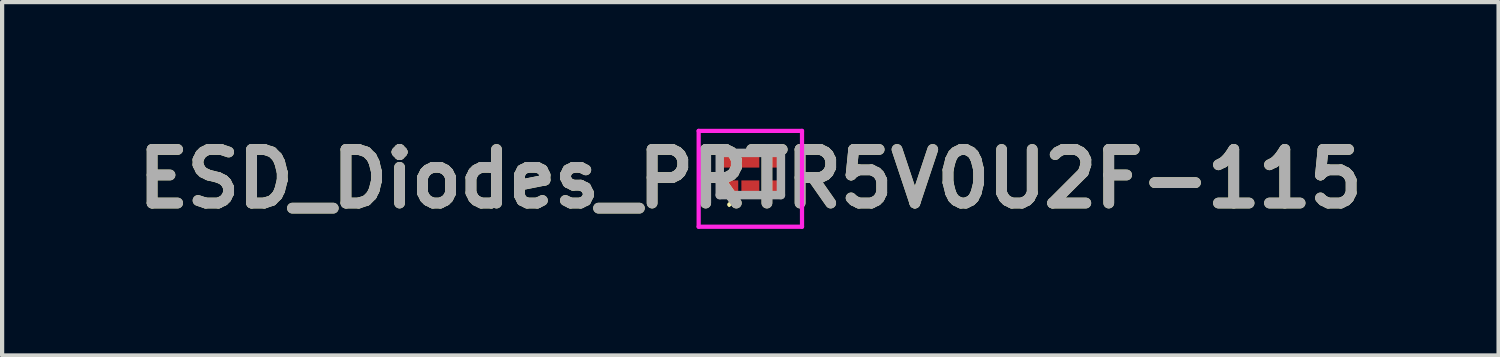
<source format=kicad_pcb>
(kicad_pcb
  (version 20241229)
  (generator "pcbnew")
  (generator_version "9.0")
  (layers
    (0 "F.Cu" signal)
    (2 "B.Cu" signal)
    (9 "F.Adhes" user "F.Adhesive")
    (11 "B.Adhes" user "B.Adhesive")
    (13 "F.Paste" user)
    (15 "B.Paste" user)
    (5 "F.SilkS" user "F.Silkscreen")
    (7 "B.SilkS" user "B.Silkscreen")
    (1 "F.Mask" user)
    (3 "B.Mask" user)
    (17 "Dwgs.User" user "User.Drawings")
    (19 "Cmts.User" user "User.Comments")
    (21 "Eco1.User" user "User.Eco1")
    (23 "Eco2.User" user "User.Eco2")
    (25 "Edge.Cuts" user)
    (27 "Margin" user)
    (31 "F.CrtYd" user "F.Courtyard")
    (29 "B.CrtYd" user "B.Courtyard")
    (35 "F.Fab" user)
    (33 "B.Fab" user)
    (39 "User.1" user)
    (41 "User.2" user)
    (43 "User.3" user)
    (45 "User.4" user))
  (footprint "ESD_Diodes_PRTR5V0U2F-115"
    (layer "F.Cu")
    (at 14.738 1.075)
    (property "Reference" "ESD_Diodes_PRTR5V0U2F-115" (at 0 0.114 0) (layer "F.SilkS") (effects (font (size 1.27 1.27) (thickness 0.254))))
    (attr smd)
    (fp_line (start -0.725 0) (end -0.725 -0.05) (stroke (width 0.1) (type solid)) (layer "F.SilkS"))
    (fp_line (start -0.725 0.05) (end -0.725 0) (stroke (width 0.1) (type solid)) (layer "F.SilkS"))
    (fp_line (start -0.5 0.7) (end -0.5 0.7) (stroke (width 0.05) (type solid)) (layer "F.SilkS"))
    (fp_line (start -0.5 0.75) (end -0.5 0.75) (stroke (width 0.05) (type solid)) (layer "F.SilkS"))
    (fp_line (start 0.725 0) (end 0.725 -0.05) (stroke (width 0.1) (type solid)) (layer "F.SilkS"))
    (fp_line (start 0.725 0.05) (end 0.725 0) (stroke (width 0.1) (type solid)) (layer "F.SilkS"))
    (fp_arc (start -0.5 0.7) (mid -0.475 0.725) (end -0.5 0.75) (stroke (width 0.05) (type solid)) (layer "F.SilkS"))
    (fp_arc (start -0.5 0.75) (mid -0.525 0.725) (end -0.5 0.7) (stroke (width 0.05) (type solid)) (layer "F.SilkS"))
    (fp_line (start -1.225 -1.022) (end 1.225 -1.022) (stroke (width 0.1) (type solid)) (layer "F.CrtYd"))
    (fp_line (start -1.225 1.25) (end -1.225 -1.022) (stroke (width 0.1) (type solid)) (layer "F.CrtYd"))
    (fp_line (start 1.225 -1.022) (end 1.225 1.25) (stroke (width 0.1) (type solid)) (layer "F.CrtYd"))
    (fp_line (start 1.225 1.25) (end -1.225 1.25) (stroke (width 0.1) (type solid)) (layer "F.CrtYd"))
    (fp_line (start -0.725 -0.5) (end 0.725 -0.5) (stroke (width 0.2) (type solid)) (layer "F.Fab"))
    (fp_line (start -0.725 0.5) (end -0.725 -0.5) (stroke (width 0.2) (type solid)) (layer "F.Fab"))
    (fp_line (start 0.725 -0.5) (end 0.725 0.5) (stroke (width 0.2) (type solid)) (layer "F.Fab"))
    (fp_line (start 0.725 0.5) (end -0.725 0.5) (stroke (width 0.2) (type solid)) (layer "F.Fab"))
    (fp_text user "${REFERENCE}" (at 0 0.114 0) (layer "F.Fab") (effects (font (size 1.27 1.27) (thickness 0.254))))
    (pad "1" smd rect (at -0.5 0.337 90) (size 0.37 0.425) (layers "F.Cu" "F.Mask" "F.Paste"))
    (pad "2" smd rect (at 0 0.337 90) (size 0.37 0.425) (layers "F.Cu" "F.Mask" "F.Paste"))
    (pad "3" smd rect (at 0.5 0.337 90) (size 0.37 0.425) (layers "F.Cu" "F.Mask" "F.Paste"))
    (pad "4" smd rect (at 0.5 -0.337 90) (size 0.37 0.425) (layers "F.Cu" "F.Mask" "F.Paste"))
    (pad "5" smd rect (at 0 -0.337 90) (size 0.37 0.425) (layers "F.Cu" "F.Mask" "F.Paste"))
    (pad "6" smd rect (at -0.5 -0.337 90) (size 0.37 0.425) (layers "F.Cu" "F.Mask" "F.Paste")))
  (gr_rect
    (start -3 -3)
    (end 32.476 5.377)
    (stroke (width 0.1) (type default))
    (fill no)
    (layer "Edge.Cuts")))
</source>
